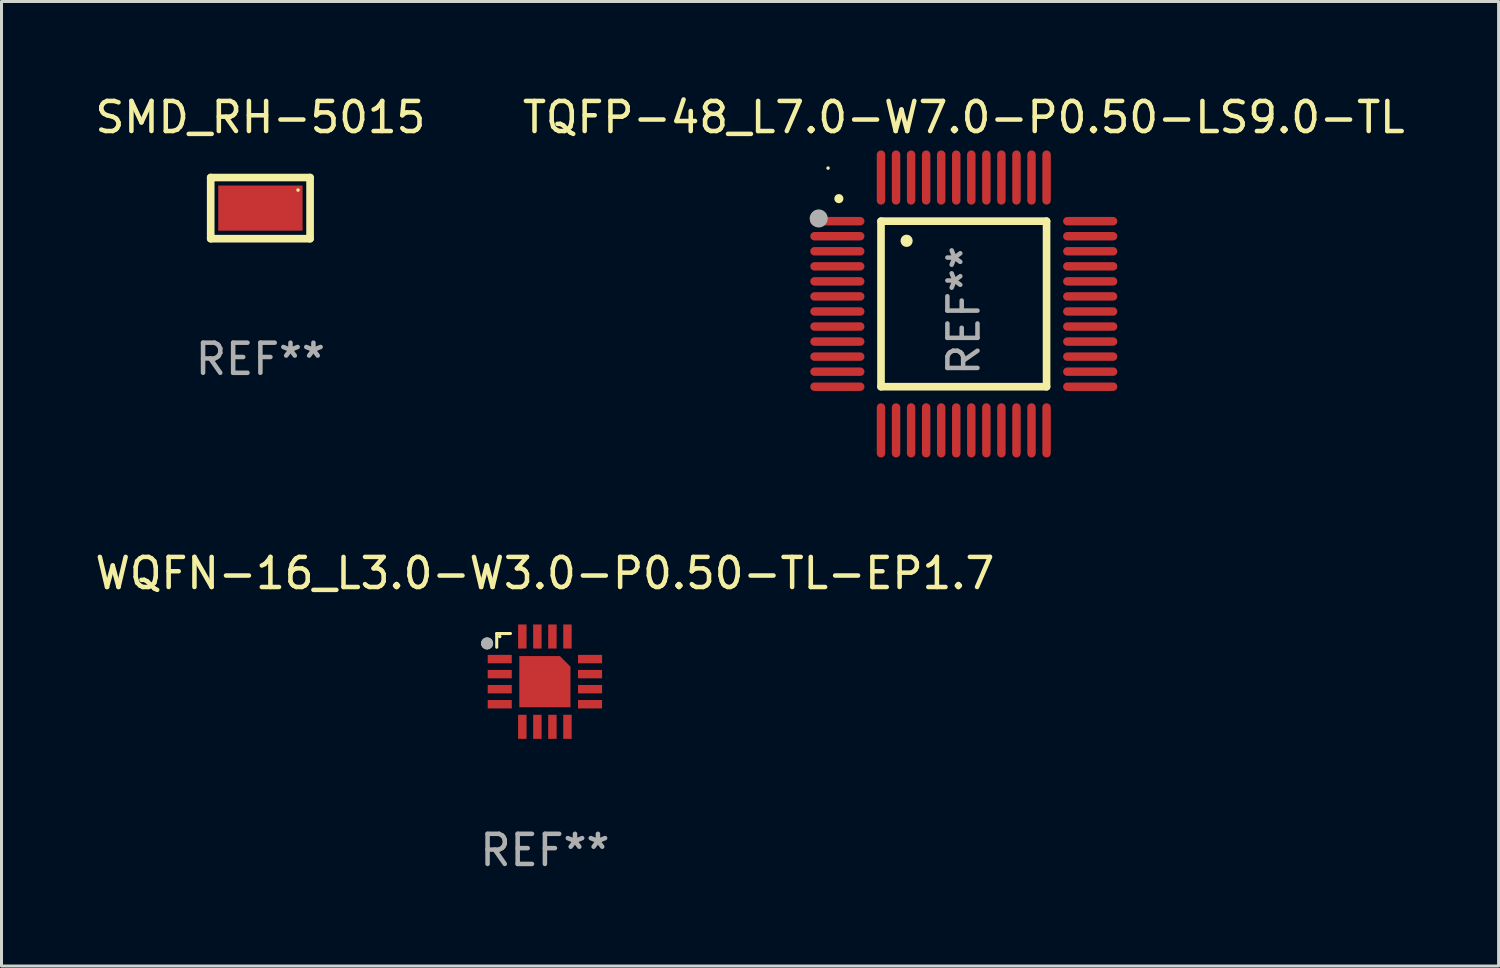
<source format=kicad_pcb>
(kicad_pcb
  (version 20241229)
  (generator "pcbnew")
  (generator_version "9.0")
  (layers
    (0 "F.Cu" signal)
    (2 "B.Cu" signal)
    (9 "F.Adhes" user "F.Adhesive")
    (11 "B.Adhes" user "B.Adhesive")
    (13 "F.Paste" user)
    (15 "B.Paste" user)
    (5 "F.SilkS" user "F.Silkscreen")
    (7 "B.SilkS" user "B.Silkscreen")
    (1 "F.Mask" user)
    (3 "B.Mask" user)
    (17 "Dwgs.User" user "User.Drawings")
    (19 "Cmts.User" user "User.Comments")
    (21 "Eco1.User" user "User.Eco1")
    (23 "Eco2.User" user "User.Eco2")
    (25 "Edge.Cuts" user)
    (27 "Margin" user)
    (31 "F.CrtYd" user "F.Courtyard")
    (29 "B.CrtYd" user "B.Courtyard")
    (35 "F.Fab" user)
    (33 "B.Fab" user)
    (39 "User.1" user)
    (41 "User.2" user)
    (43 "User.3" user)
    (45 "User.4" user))
  (footprint "WQFN-16_L3.0-W3.0-P0.50-TL-EP1.7"
    (layer "F.Cu")
    (at 15.053 19.597)
    (property "Reference" "WQFN-16_L3.0-W3.0-P0.50-TL-EP1.7" (at 0.000127 -3.6 180) (layer "F.SilkS") (effects (font (size 1 1) (thickness 0.15))))
    (attr smd)
    (fp_line (start -1.6 -1.6) (end -1.6 -1.144) (stroke (width 0.102) (type solid)) (layer "F.SilkS"))
    (fp_line (start -1.144 -1.6) (end -1.6 -1.6) (stroke (width 0.102) (type solid)) (layer "F.SilkS"))
    (fp_circle (center -1.92 -1.27) (end -1.82 -1.27) (stroke (width 0.2) (type solid)) (fill no) (layer "F.SilkS"))
    (fp_circle (center -1.5 -1.5) (end -1.47 -1.5) (stroke (width 0.06) (type solid)) (fill no) (layer "F.SilkS"))
    (fp_circle (center -1.92 -1.27) (end -1.82 -1.27) (stroke (width 0.2) (type solid)) (fill no) (layer "F.Fab"))
    (fp_text user "REF**" (at 0.000127 5.6 180) (layer "F.Fab") (effects (font (size 1 1) (thickness 0.15))))
    (pad "1" smd rect (at -1.5 -0.75 270) (size 0.28 0.8) (layers "F.Cu" "F.Mask" "F.Paste"))
    (pad "2" smd rect (at -1.5 -0.25 270) (size 0.28 0.8) (layers "F.Cu" "F.Mask" "F.Paste"))
    (pad "3" smd rect (at -1.5 0.25 270) (size 0.28 0.8) (layers "F.Cu" "F.Mask" "F.Paste"))
    (pad "4" smd rect (at -1.5 0.75 270) (size 0.28 0.8) (layers "F.Cu" "F.Mask" "F.Paste"))
    (pad "5" smd rect (at -0.75 1.5 270) (size 0.8 0.28) (layers "F.Cu" "F.Mask" "F.Paste"))
    (pad "6" smd rect (at -0.25 1.5 270) (size 0.8 0.28) (layers "F.Cu" "F.Mask" "F.Paste"))
    (pad "7" smd rect (at 0.25 1.5 270) (size 0.8 0.28) (layers "F.Cu" "F.Mask" "F.Paste"))
    (pad "8" smd rect (at 0.75 1.5 270) (size 0.8 0.28) (layers "F.Cu" "F.Mask" "F.Paste"))
    (pad "9" smd rect (at 1.5 0.75 270) (size 0.28 0.8) (layers "F.Cu" "F.Mask" "F.Paste"))
    (pad "10" smd rect (at 1.5 0.25 270) (size 0.28 0.8) (layers "F.Cu" "F.Mask" "F.Paste"))
    (pad "11" smd rect (at 1.5 -0.25 270) (size 0.28 0.8) (layers "F.Cu" "F.Mask" "F.Paste"))
    (pad "12" smd rect (at 1.5 -0.75 270) (size 0.28 0.8) (layers "F.Cu" "F.Mask" "F.Paste"))
    (pad "13" smd rect (at 0.75 -1.5 270) (size 0.8 0.28) (layers "F.Cu" "F.Mask" "F.Paste"))
    (pad "14" smd rect (at 0.25 -1.5 270) (size 0.8 0.28) (layers "F.Cu" "F.Mask" "F.Paste"))
    (pad "15" smd rect (at -0.25 -1.5 270) (size 0.8 0.28) (layers "F.Cu" "F.Mask" "F.Paste"))
    (pad "16" smd rect (at -0.75 -1.5 270) (size 0.8 0.28) (layers "F.Cu" "F.Mask" "F.Paste"))
    (pad "17" smd custom (at 0.000127 0.000127 270) (size 0.1 0.1) (layers "F.Cu" "F.Mask" "F.Paste") (options (anchor circle)) (primitives (gr_poly (pts (xy 0.85 -0.85) (xy 0.85 0.85) (xy -0.85 0.85) (xy -0.85 -0.5) (xy -0.5 -0.85)) (width 0) (fill yes)))))
  (footprint "TQFP-48_L7.0-W7.0-P0.50-LS9.0-TL"
    (layer "F.Cu")
    (at 28.97 7.048)
    (property "Reference" "TQFP-48_L7.0-W7.0-P0.50-LS9.0-TL" (at 0 -6.2 0) (layer "F.SilkS") (effects (font (size 1 1) (thickness 0.15))))
    (attr smd)
    (fp_line (start -2.75 -2.75) (end 2.75 -2.75) (stroke (width 0.254) (type solid)) (layer "F.SilkS"))
    (fp_line (start -2.75 2.75) (end -2.75 -2.75) (stroke (width 0.254) (type solid)) (layer "F.SilkS"))
    (fp_line (start 2.75 -2.75) (end 2.75 2.75) (stroke (width 0.254) (type solid)) (layer "F.SilkS"))
    (fp_line (start 2.75 2.75) (end -2.75 2.75) (stroke (width 0.254) (type solid)) (layer "F.SilkS"))
    (fp_arc (start -4.150368 -3.500127) (mid -4.150363 -3.498857) (end -4.150368 -3.497587) (stroke (width 0.3) (type solid)) (layer "F.SilkS"))
    (fp_arc (start -1.899924 -2.100584) (mid -1.899908 -2.098044) (end -1.899924 -2.095504) (stroke (width 0.4) (type solid)) (layer "F.SilkS"))
    (fp_circle (center -4.509 -4.513) (end -4.479 -4.513) (stroke (width 0.06) (type solid)) (fill no) (layer "F.SilkS"))
    (fp_circle (center -4.82 -2.84) (end -4.67 -2.84) (stroke (width 0.3) (type solid)) (fill no) (layer "F.Fab"))
    (fp_text user "REF**" (at 0 0.221 270) (layer "F.Fab") (effects (font (size 1 1) (thickness 0.15))))
    (pad "1" smd oval (at -4.2 -2.75 90) (size 0.28 1.8) (layers "F.Cu" "F.Mask" "F.Paste"))
    (pad "2" smd oval (at -4.2 -2.25 90) (size 0.28 1.8) (layers "F.Cu" "F.Mask" "F.Paste"))
    (pad "3" smd oval (at -4.2 -1.75 90) (size 0.28 1.8) (layers "F.Cu" "F.Mask" "F.Paste"))
    (pad "4" smd oval (at -4.2 -1.25 90) (size 0.28 1.8) (layers "F.Cu" "F.Mask" "F.Paste"))
    (pad "5" smd oval (at -4.2 -0.75 90) (size 0.28 1.8) (layers "F.Cu" "F.Mask" "F.Paste"))
    (pad "6" smd oval (at -4.2 -0.25 90) (size 0.28 1.8) (layers "F.Cu" "F.Mask" "F.Paste"))
    (pad "7" smd oval (at -4.2 0.25 90) (size 0.28 1.8) (layers "F.Cu" "F.Mask" "F.Paste"))
    (pad "8" smd oval (at -4.2 0.75 90) (size 0.28 1.8) (layers "F.Cu" "F.Mask" "F.Paste"))
    (pad "9" smd oval (at -4.2 1.25 90) (size 0.28 1.8) (layers "F.Cu" "F.Mask" "F.Paste"))
    (pad "10" smd oval (at -4.2 1.75 90) (size 0.28 1.8) (layers "F.Cu" "F.Mask" "F.Paste"))
    (pad "11" smd oval (at -4.2 2.25 90) (size 0.28 1.8) (layers "F.Cu" "F.Mask" "F.Paste"))
    (pad "12" smd oval (at -4.2 2.75 90) (size 0.28 1.8) (layers "F.Cu" "F.Mask" "F.Paste"))
    (pad "13" smd oval (at -2.75 4.2) (size 0.28 1.8) (layers "F.Cu" "F.Mask" "F.Paste"))
    (pad "14" smd oval (at -2.25 4.2) (size 0.28 1.8) (layers "F.Cu" "F.Mask" "F.Paste"))
    (pad "15" smd oval (at -1.75 4.2) (size 0.28 1.8) (layers "F.Cu" "F.Mask" "F.Paste"))
    (pad "16" smd oval (at -1.25 4.2) (size 0.28 1.8) (layers "F.Cu" "F.Mask" "F.Paste"))
    (pad "17" smd oval (at -0.75 4.2) (size 0.28 1.8) (layers "F.Cu" "F.Mask" "F.Paste"))
    (pad "18" smd oval (at -0.25 4.2) (size 0.28 1.8) (layers "F.Cu" "F.Mask" "F.Paste"))
    (pad "19" smd oval (at 0.25 4.2) (size 0.28 1.8) (layers "F.Cu" "F.Mask" "F.Paste"))
    (pad "20" smd oval (at 0.75 4.2) (size 0.28 1.8) (layers "F.Cu" "F.Mask" "F.Paste"))
    (pad "21" smd oval (at 1.25 4.2) (size 0.28 1.8) (layers "F.Cu" "F.Mask" "F.Paste"))
    (pad "22" smd oval (at 1.75 4.2) (size 0.28 1.8) (layers "F.Cu" "F.Mask" "F.Paste"))
    (pad "23" smd oval (at 2.25 4.2) (size 0.28 1.8) (layers "F.Cu" "F.Mask" "F.Paste"))
    (pad "24" smd oval (at 2.75 4.2) (size 0.28 1.8) (layers "F.Cu" "F.Mask" "F.Paste"))
    (pad "25" smd oval (at 4.2 2.75 90) (size 0.28 1.8) (layers "F.Cu" "F.Mask" "F.Paste"))
    (pad "26" smd oval (at 4.2 2.25 90) (size 0.28 1.8) (layers "F.Cu" "F.Mask" "F.Paste"))
    (pad "27" smd oval (at 4.2 1.75 90) (size 0.28 1.8) (layers "F.Cu" "F.Mask" "F.Paste"))
    (pad "28" smd oval (at 4.2 1.25 90) (size 0.28 1.8) (layers "F.Cu" "F.Mask" "F.Paste"))
    (pad "29" smd oval (at 4.2 0.75 90) (size 0.28 1.8) (layers "F.Cu" "F.Mask" "F.Paste"))
    (pad "30" smd oval (at 4.2 0.25 90) (size 0.28 1.8) (layers "F.Cu" "F.Mask" "F.Paste"))
    (pad "31" smd oval (at 4.2 -0.25 90) (size 0.28 1.8) (layers "F.Cu" "F.Mask" "F.Paste"))
    (pad "32" smd oval (at 4.2 -0.75 90) (size 0.28 1.8) (layers "F.Cu" "F.Mask" "F.Paste"))
    (pad "33" smd oval (at 4.2 -1.25 90) (size 0.28 1.8) (layers "F.Cu" "F.Mask" "F.Paste"))
    (pad "34" smd oval (at 4.2 -1.75 90) (size 0.28 1.8) (layers "F.Cu" "F.Mask" "F.Paste"))
    (pad "35" smd oval (at 4.2 -2.25 90) (size 0.28 1.8) (layers "F.Cu" "F.Mask" "F.Paste"))
    (pad "36" smd oval (at 4.2 -2.75 90) (size 0.28 1.8) (layers "F.Cu" "F.Mask" "F.Paste"))
    (pad "37" smd oval (at 2.75 -4.2) (size 0.28 1.8) (layers "F.Cu" "F.Mask" "F.Paste"))
    (pad "38" smd oval (at 2.25 -4.2) (size 0.28 1.8) (layers "F.Cu" "F.Mask" "F.Paste"))
    (pad "39" smd oval (at 1.75 -4.2) (size 0.28 1.8) (layers "F.Cu" "F.Mask" "F.Paste"))
    (pad "40" smd oval (at 1.25 -4.2) (size 0.28 1.8) (layers "F.Cu" "F.Mask" "F.Paste"))
    (pad "41" smd oval (at 0.75 -4.2) (size 0.28 1.8) (layers "F.Cu" "F.Mask" "F.Paste"))
    (pad "42" smd oval (at 0.25 -4.2) (size 0.28 1.8) (layers "F.Cu" "F.Mask" "F.Paste"))
    (pad "43" smd oval (at -0.25 -4.2) (size 0.28 1.8) (layers "F.Cu" "F.Mask" "F.Paste"))
    (pad "44" smd oval (at -0.75 -4.2) (size 0.28 1.8) (layers "F.Cu" "F.Mask" "F.Paste"))
    (pad "45" smd oval (at -1.25 -4.2) (size 0.28 1.8) (layers "F.Cu" "F.Mask" "F.Paste"))
    (pad "46" smd oval (at -1.75 -4.2) (size 0.28 1.8) (layers "F.Cu" "F.Mask" "F.Paste"))
    (pad "47" smd oval (at -2.25 -4.2) (size 0.28 1.8) (layers "F.Cu" "F.Mask" "F.Paste"))
    (pad "48" smd oval (at -2.75 -4.2) (size 0.28 1.8) (layers "F.Cu" "F.Mask" "F.Paste")))
  (footprint "SMD_RH-5015"
    (layer "F.Cu")
    (at 5.601 3.864)
    (property "Reference" "SMD_RH-5015" (at 0 -3.016 0) (layer "F.SilkS") (effects (font (size 1 1) (thickness 0.15))))
    (attr smd)
    (fp_line (start -1.651 -1.016) (end 1.651 -1.016) (stroke (width 0.254) (type solid)) (layer "F.SilkS"))
    (fp_line (start -1.651 1.016) (end -1.651 -1.016) (stroke (width 0.254) (type solid)) (layer "F.SilkS"))
    (fp_line (start 1.651 -1.016) (end 1.651 1.016) (stroke (width 0.254) (type solid)) (layer "F.SilkS"))
    (fp_line (start 1.651 1.016) (end -1.651 1.016) (stroke (width 0.254) (type solid)) (layer "F.SilkS"))
    (fp_circle (center 1.25 -0.6) (end 1.28 -0.6) (stroke (width 0.06) (type solid)) (fill no) (layer "F.SilkS"))
    (fp_text user "REF**" (at 0 5.016 0) (layer "F.Fab") (effects (font (size 1 1) (thickness 0.15))))
    (pad "1" smd rect (at 0 0) (size 2.8 1.5) (layers "F.Cu" "F.Mask" "F.Paste")))
  (gr_rect
    (start -3 -3)
    (end 46.738 29.045)
    (stroke (width 0.1) (type default))
    (fill no)
    (layer "Edge.Cuts")))
</source>
